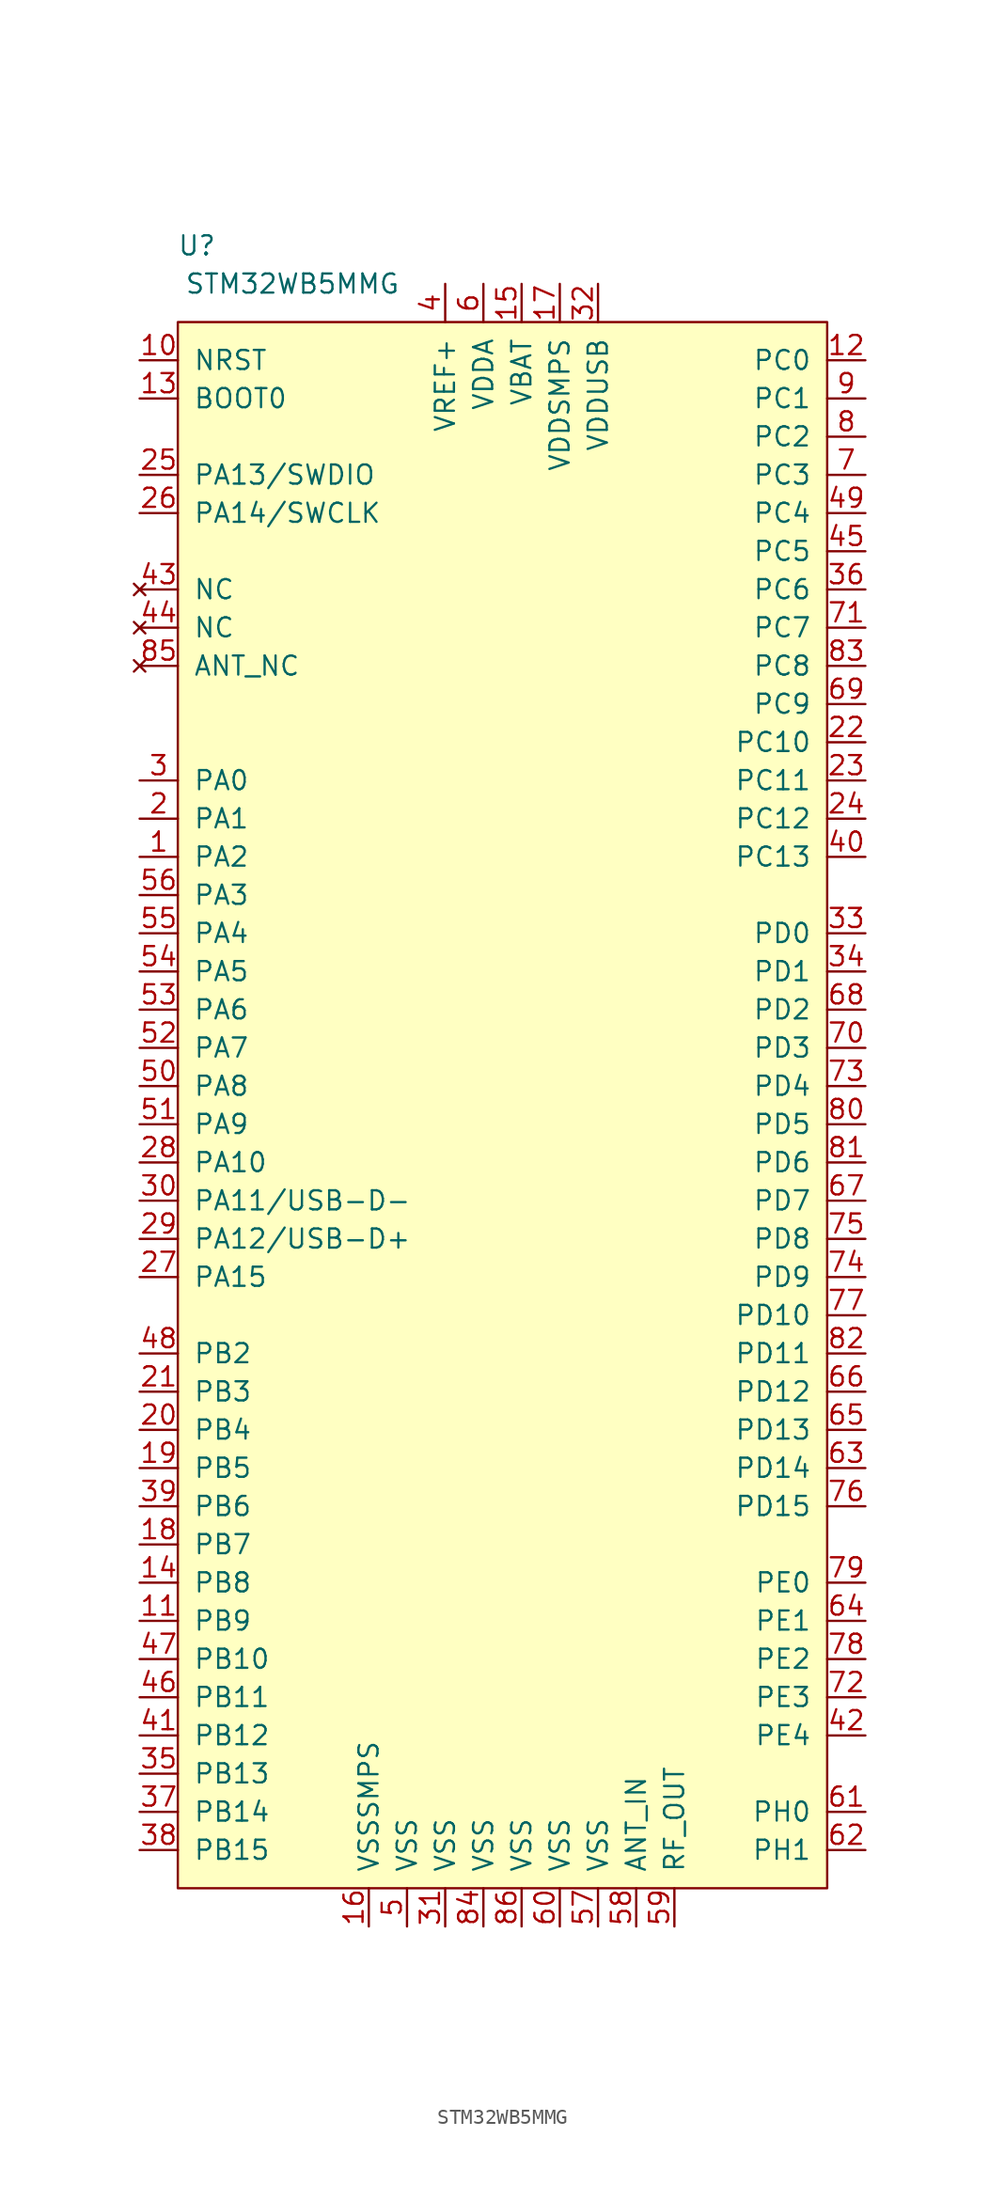
<source format=kicad_sym>
(kicad_symbol_lib
  (version 20231120)
  (generator "kicad_symbol_editor")
  (generator_version "8.0")
  (symbol "STM32WB5MMG"
    (pin_names
      (offset 1.016))
    (property "Reference" "U"
      (at -20.32 57.15 0)
      (effects (font (size 1.27 1.27))))
    (property "Value" "STM32WB5MMG"
      (at -13.97 54.61 0)
      (effects (font (size 1.27 1.27))))
    (symbol "STM32WB5MMG_0_0"
      (pin bidirectional line (at -24.13 16.51 0) (length 2.54) (name "PA2" (effects (font (size 1.27 1.27)))) (number "1" (effects (font (size 1.27 1.27)))))
      (pin input line (at -24.13 49.53 0) (length 2.54) (name "NRST" (effects (font (size 1.27 1.27)))) (number "10" (effects (font (size 1.27 1.27)))))
      (pin bidirectional line (at -24.13 -34.29 0) (length 2.54) (name "PB9" (effects (font (size 1.27 1.27)))) (number "11" (effects (font (size 1.27 1.27)))))
      (pin bidirectional line (at 24.13 49.53 180) (length 2.54) (name "PC0" (effects (font (size 1.27 1.27)))) (number "12" (effects (font (size 1.27 1.27)))))
      (pin bidirectional line (at -24.13 46.99 0) (length 2.54) (name "BOOT0" (effects (font (size 1.27 1.27)))) (number "13" (effects (font (size 1.27 1.27)))))
      (pin bidirectional line (at -24.13 -31.75 0) (length 2.54) (name "PB8" (effects (font (size 1.27 1.27)))) (number "14" (effects (font (size 1.27 1.27)))))
      (pin power_in line (at 1.27 54.61 270) (length 2.54) (name "VBAT" (effects (font (size 1.27 1.27)))) (number "15" (effects (font (size 1.27 1.27)))))
      (pin power_in line (at -8.89 -54.61 90) (length 2.54) (name "VSSSMPS" (effects (font (size 1.27 1.27)))) (number "16" (effects (font (size 1.27 1.27)))))
      (pin power_in line (at 3.81 54.61 270) (length 2.54) (name "VDDSMPS" (effects (font (size 1.27 1.27)))) (number "17" (effects (font (size 1.27 1.27)))))
      (pin bidirectional line (at -24.13 -29.21 0) (length 2.54) (name "PB7" (effects (font (size 1.27 1.27)))) (number "18" (effects (font (size 1.27 1.27)))))
      (pin bidirectional line (at -24.13 -24.13 0) (length 2.54) (name "PB5" (effects (font (size 1.27 1.27)))) (number "19" (effects (font (size 1.27 1.27)))))
      (pin bidirectional line (at -24.13 19.05 0) (length 2.54) (name "PA1" (effects (font (size 1.27 1.27)))) (number "2" (effects (font (size 1.27 1.27)))))
      (pin bidirectional line (at -24.13 -21.59 0) (length 2.54) (name "PB4" (effects (font (size 1.27 1.27)))) (number "20" (effects (font (size 1.27 1.27)))))
      (pin bidirectional line (at -24.13 -19.05 0) (length 2.54) (name "PB3" (effects (font (size 1.27 1.27)))) (number "21" (effects (font (size 1.27 1.27)))))
      (pin bidirectional line (at 24.13 24.13 180) (length 2.54) (name "PC10" (effects (font (size 1.27 1.27)))) (number "22" (effects (font (size 1.27 1.27)))))
      (pin bidirectional line (at 24.13 21.59 180) (length 2.54) (name "PC11" (effects (font (size 1.27 1.27)))) (number "23" (effects (font (size 1.27 1.27)))))
      (pin bidirectional line (at 24.13 19.05 180) (length 2.54) (name "PC12" (effects (font (size 1.27 1.27)))) (number "24" (effects (font (size 1.27 1.27)))))
      (pin bidirectional line (at -24.13 41.91 0) (length 2.54) (name "PA13/SWDIO" (effects (font (size 1.27 1.27)))) (number "25" (effects (font (size 1.27 1.27)))))
      (pin bidirectional line (at -24.13 39.37 0) (length 2.54) (name "PA14/SWCLK" (effects (font (size 1.27 1.27)))) (number "26" (effects (font (size 1.27 1.27)))))
      (pin bidirectional line (at -24.13 -11.43 0) (length 2.54) (name "PA15" (effects (font (size 1.27 1.27)))) (number "27" (effects (font (size 1.27 1.27)))))
      (pin bidirectional line (at -24.13 -3.81 0) (length 2.54) (name "PA10" (effects (font (size 1.27 1.27)))) (number "28" (effects (font (size 1.27 1.27)))))
      (pin bidirectional line (at -24.13 -8.89 0) (length 2.54) (name "PA12/USB-D+" (effects (font (size 1.27 1.27)))) (number "29" (effects (font (size 1.27 1.27)))))
      (pin bidirectional line (at -24.13 21.59 0) (length 2.54) (name "PA0" (effects (font (size 1.27 1.27)))) (number "3" (effects (font (size 1.27 1.27)))))
      (pin bidirectional line (at -24.13 -6.35 0) (length 2.54) (name "PA11/USB-D-" (effects (font (size 1.27 1.27)))) (number "30" (effects (font (size 1.27 1.27)))))
      (pin power_in line (at -3.81 -54.61 90) (length 2.54) (name "VSS" (effects (font (size 1.27 1.27)))) (number "31" (effects (font (size 1.27 1.27)))))
      (pin power_in line (at 6.35 54.61 270) (length 2.54) (name "VDDUSB" (effects (font (size 1.27 1.27)))) (number "32" (effects (font (size 1.27 1.27)))))
      (pin bidirectional line (at 24.13 11.43 180) (length 2.54) (name "PD0" (effects (font (size 1.27 1.27)))) (number "33" (effects (font (size 1.27 1.27)))))
      (pin bidirectional line (at 24.13 8.89 180) (length 2.54) (name "PD1" (effects (font (size 1.27 1.27)))) (number "34" (effects (font (size 1.27 1.27)))))
      (pin bidirectional line (at -24.13 -44.45 0) (length 2.54) (name "PB13" (effects (font (size 1.27 1.27)))) (number "35" (effects (font (size 1.27 1.27)))))
      (pin bidirectional line (at 24.13 34.29 180) (length 2.54) (name "PC6" (effects (font (size 1.27 1.27)))) (number "36" (effects (font (size 1.27 1.27)))))
      (pin bidirectional line (at -24.13 -46.99 0) (length 2.54) (name "PB14" (effects (font (size 1.27 1.27)))) (number "37" (effects (font (size 1.27 1.27)))))
      (pin bidirectional line (at -24.13 -49.53 0) (length 2.54) (name "PB15" (effects (font (size 1.27 1.27)))) (number "38" (effects (font (size 1.27 1.27)))))
      (pin bidirectional line (at -24.13 -26.67 0) (length 2.54) (name "PB6" (effects (font (size 1.27 1.27)))) (number "39" (effects (font (size 1.27 1.27)))))
      (pin power_in line (at -3.81 54.61 270) (length 2.54) (name "VREF+" (effects (font (size 1.27 1.27)))) (number "4" (effects (font (size 1.27 1.27)))))
      (pin bidirectional line (at 24.13 16.51 180) (length 2.54) (name "PC13" (effects (font (size 1.27 1.27)))) (number "40" (effects (font (size 1.27 1.27)))))
      (pin bidirectional line (at -24.13 -41.91 0) (length 2.54) (name "PB12" (effects (font (size 1.27 1.27)))) (number "41" (effects (font (size 1.27 1.27)))))
      (pin bidirectional line (at 24.13 -41.91 180) (length 2.54) (name "PE4" (effects (font (size 1.27 1.27)))) (number "42" (effects (font (size 1.27 1.27)))))
      (pin no_connect line (at -24.13 34.29 0) (length 2.54) (name "NC" (effects (font (size 1.27 1.27)))) (number "43" (effects (font (size 1.27 1.27)))))
      (pin no_connect line (at -24.13 31.75 0) (length 2.54) (name "NC" (effects (font (size 1.27 1.27)))) (number "44" (effects (font (size 1.27 1.27)))))
      (pin bidirectional line (at 24.13 36.83 180) (length 2.54) (name "PC5" (effects (font (size 1.27 1.27)))) (number "45" (effects (font (size 1.27 1.27)))))
      (pin bidirectional line (at -24.13 -39.37 0) (length 2.54) (name "PB11" (effects (font (size 1.27 1.27)))) (number "46" (effects (font (size 1.27 1.27)))))
      (pin bidirectional line (at -24.13 -36.83 0) (length 2.54) (name "PB10" (effects (font (size 1.27 1.27)))) (number "47" (effects (font (size 1.27 1.27)))))
      (pin bidirectional line (at -24.13 -16.51 0) (length 2.54) (name "PB2" (effects (font (size 1.27 1.27)))) (number "48" (effects (font (size 1.27 1.27)))))
      (pin bidirectional line (at 24.13 39.37 180) (length 2.54) (name "PC4" (effects (font (size 1.27 1.27)))) (number "49" (effects (font (size 1.27 1.27)))))
      (pin power_in line (at -6.35 -54.61 90) (length 2.54) (name "VSS" (effects (font (size 1.27 1.27)))) (number "5" (effects (font (size 1.27 1.27)))))
      (pin bidirectional line (at -24.13 1.27 0) (length 2.54) (name "PA8" (effects (font (size 1.27 1.27)))) (number "50" (effects (font (size 1.27 1.27)))))
      (pin bidirectional line (at -24.13 -1.27 0) (length 2.54) (name "PA9" (effects (font (size 1.27 1.27)))) (number "51" (effects (font (size 1.27 1.27)))))
      (pin bidirectional line (at -24.13 3.81 0) (length 2.54) (name "PA7" (effects (font (size 1.27 1.27)))) (number "52" (effects (font (size 1.27 1.27)))))
      (pin bidirectional line (at -24.13 6.35 0) (length 2.54) (name "PA6" (effects (font (size 1.27 1.27)))) (number "53" (effects (font (size 1.27 1.27)))))
      (pin bidirectional line (at -24.13 8.89 0) (length 2.54) (name "PA5" (effects (font (size 1.27 1.27)))) (number "54" (effects (font (size 1.27 1.27)))))
      (pin bidirectional line (at -24.13 11.43 0) (length 2.54) (name "PA4" (effects (font (size 1.27 1.27)))) (number "55" (effects (font (size 1.27 1.27)))))
      (pin bidirectional line (at -24.13 13.97 0) (length 2.54) (name "PA3" (effects (font (size 1.27 1.27)))) (number "56" (effects (font (size 1.27 1.27)))))
      (pin power_in line (at 6.35 -54.61 90) (length 2.54) (name "VSS" (effects (font (size 1.27 1.27)))) (number "57" (effects (font (size 1.27 1.27)))))
      (pin power_in line (at 8.89 -54.61 90) (length 2.54) (name "ANT_IN" (effects (font (size 1.27 1.27)))) (number "58" (effects (font (size 1.27 1.27)))))
      (pin power_in line (at 11.43 -54.61 90) (length 2.54) (name "RF_OUT" (effects (font (size 1.27 1.27)))) (number "59" (effects (font (size 1.27 1.27)))))
      (pin power_in line (at -1.27 54.61 270) (length 2.54) (name "VDDA" (effects (font (size 1.27 1.27)))) (number "6" (effects (font (size 1.27 1.27)))))
      (pin power_in line (at 3.81 -54.61 90) (length 2.54) (name "VSS" (effects (font (size 1.27 1.27)))) (number "60" (effects (font (size 1.27 1.27)))))
      (pin bidirectional line (at 24.13 -46.99 180) (length 2.54) (name "PH0" (effects (font (size 1.27 1.27)))) (number "61" (effects (font (size 1.27 1.27)))))
      (pin bidirectional line (at 24.13 -49.53 180) (length 2.54) (name "PH1" (effects (font (size 1.27 1.27)))) (number "62" (effects (font (size 1.27 1.27)))))
      (pin bidirectional line (at 24.13 -24.13 180) (length 2.54) (name "PD14" (effects (font (size 1.27 1.27)))) (number "63" (effects (font (size 1.27 1.27)))))
      (pin bidirectional line (at 24.13 -34.29 180) (length 2.54) (name "PE1" (effects (font (size 1.27 1.27)))) (number "64" (effects (font (size 1.27 1.27)))))
      (pin bidirectional line (at 24.13 -21.59 180) (length 2.54) (name "PD13" (effects (font (size 1.27 1.27)))) (number "65" (effects (font (size 1.27 1.27)))))
      (pin bidirectional line (at 24.13 -19.05 180) (length 2.54) (name "PD12" (effects (font (size 1.27 1.27)))) (number "66" (effects (font (size 1.27 1.27)))))
      (pin bidirectional line (at 24.13 -6.35 180) (length 2.54) (name "PD7" (effects (font (size 1.27 1.27)))) (number "67" (effects (font (size 1.27 1.27)))))
      (pin bidirectional line (at 24.13 6.35 180) (length 2.54) (name "PD2" (effects (font (size 1.27 1.27)))) (number "68" (effects (font (size 1.27 1.27)))))
      (pin bidirectional line (at 24.13 26.67 180) (length 2.54) (name "PC9" (effects (font (size 1.27 1.27)))) (number "69" (effects (font (size 1.27 1.27)))))
      (pin bidirectional line (at 24.13 41.91 180) (length 2.54) (name "PC3" (effects (font (size 1.27 1.27)))) (number "7" (effects (font (size 1.27 1.27)))))
      (pin bidirectional line (at 24.13 3.81 180) (length 2.54) (name "PD3" (effects (font (size 1.27 1.27)))) (number "70" (effects (font (size 1.27 1.27)))))
      (pin bidirectional line (at 24.13 31.75 180) (length 2.54) (name "PC7" (effects (font (size 1.27 1.27)))) (number "71" (effects (font (size 1.27 1.27)))))
      (pin bidirectional line (at 24.13 -39.37 180) (length 2.54) (name "PE3" (effects (font (size 1.27 1.27)))) (number "72" (effects (font (size 1.27 1.27)))))
      (pin bidirectional line (at 24.13 1.27 180) (length 2.54) (name "PD4" (effects (font (size 1.27 1.27)))) (number "73" (effects (font (size 1.27 1.27)))))
      (pin bidirectional line (at 24.13 -11.43 180) (length 2.54) (name "PD9" (effects (font (size 1.27 1.27)))) (number "74" (effects (font (size 1.27 1.27)))))
      (pin bidirectional line (at 24.13 -8.89 180) (length 2.54) (name "PD8" (effects (font (size 1.27 1.27)))) (number "75" (effects (font (size 1.27 1.27)))))
      (pin bidirectional line (at 24.13 -26.67 180) (length 2.54) (name "PD15" (effects (font (size 1.27 1.27)))) (number "76" (effects (font (size 1.27 1.27)))))
      (pin bidirectional line (at 24.13 -13.97 180) (length 2.54) (name "PD10" (effects (font (size 1.27 1.27)))) (number "77" (effects (font (size 1.27 1.27)))))
      (pin bidirectional line (at 24.13 -36.83 180) (length 2.54) (name "PE2" (effects (font (size 1.27 1.27)))) (number "78" (effects (font (size 1.27 1.27)))))
      (pin bidirectional line (at 24.13 -31.75 180) (length 2.54) (name "PE0" (effects (font (size 1.27 1.27)))) (number "79" (effects (font (size 1.27 1.27)))))
      (pin bidirectional line (at 24.13 44.45 180) (length 2.54) (name "PC2" (effects (font (size 1.27 1.27)))) (number "8" (effects (font (size 1.27 1.27)))))
      (pin bidirectional line (at 24.13 -1.27 180) (length 2.54) (name "PD5" (effects (font (size 1.27 1.27)))) (number "80" (effects (font (size 1.27 1.27)))))
      (pin bidirectional line (at 24.13 -3.81 180) (length 2.54) (name "PD6" (effects (font (size 1.27 1.27)))) (number "81" (effects (font (size 1.27 1.27)))))
      (pin bidirectional line (at 24.13 -16.51 180) (length 2.54) (name "PD11" (effects (font (size 1.27 1.27)))) (number "82" (effects (font (size 1.27 1.27)))))
      (pin bidirectional line (at 24.13 29.21 180) (length 2.54) (name "PC8" (effects (font (size 1.27 1.27)))) (number "83" (effects (font (size 1.27 1.27)))))
      (pin power_in line (at -1.27 -54.61 90) (length 2.54) (name "VSS" (effects (font (size 1.27 1.27)))) (number "84" (effects (font (size 1.27 1.27)))))
      (pin no_connect line (at -24.13 29.21 0) (length 2.54) (name "ANT_NC" (effects (font (size 1.27 1.27)))) (number "85" (effects (font (size 1.27 1.27)))))
      (pin power_in line (at 1.27 -54.61 90) (length 2.54) (name "VSS" (effects (font (size 1.27 1.27)))) (number "86" (effects (font (size 1.27 1.27)))))
      (pin bidirectional line (at 24.13 46.99 180) (length 2.54) (name "PC1" (effects (font (size 1.27 1.27)))) (number "9" (effects (font (size 1.27 1.27))))))
    (symbol "STM32WB5MMG_0_1"
      (rectangle (start -21.59 52.07) (end 21.59 -52.07) (stroke (width 0) (type default)) (fill (type background))))))
</source>
